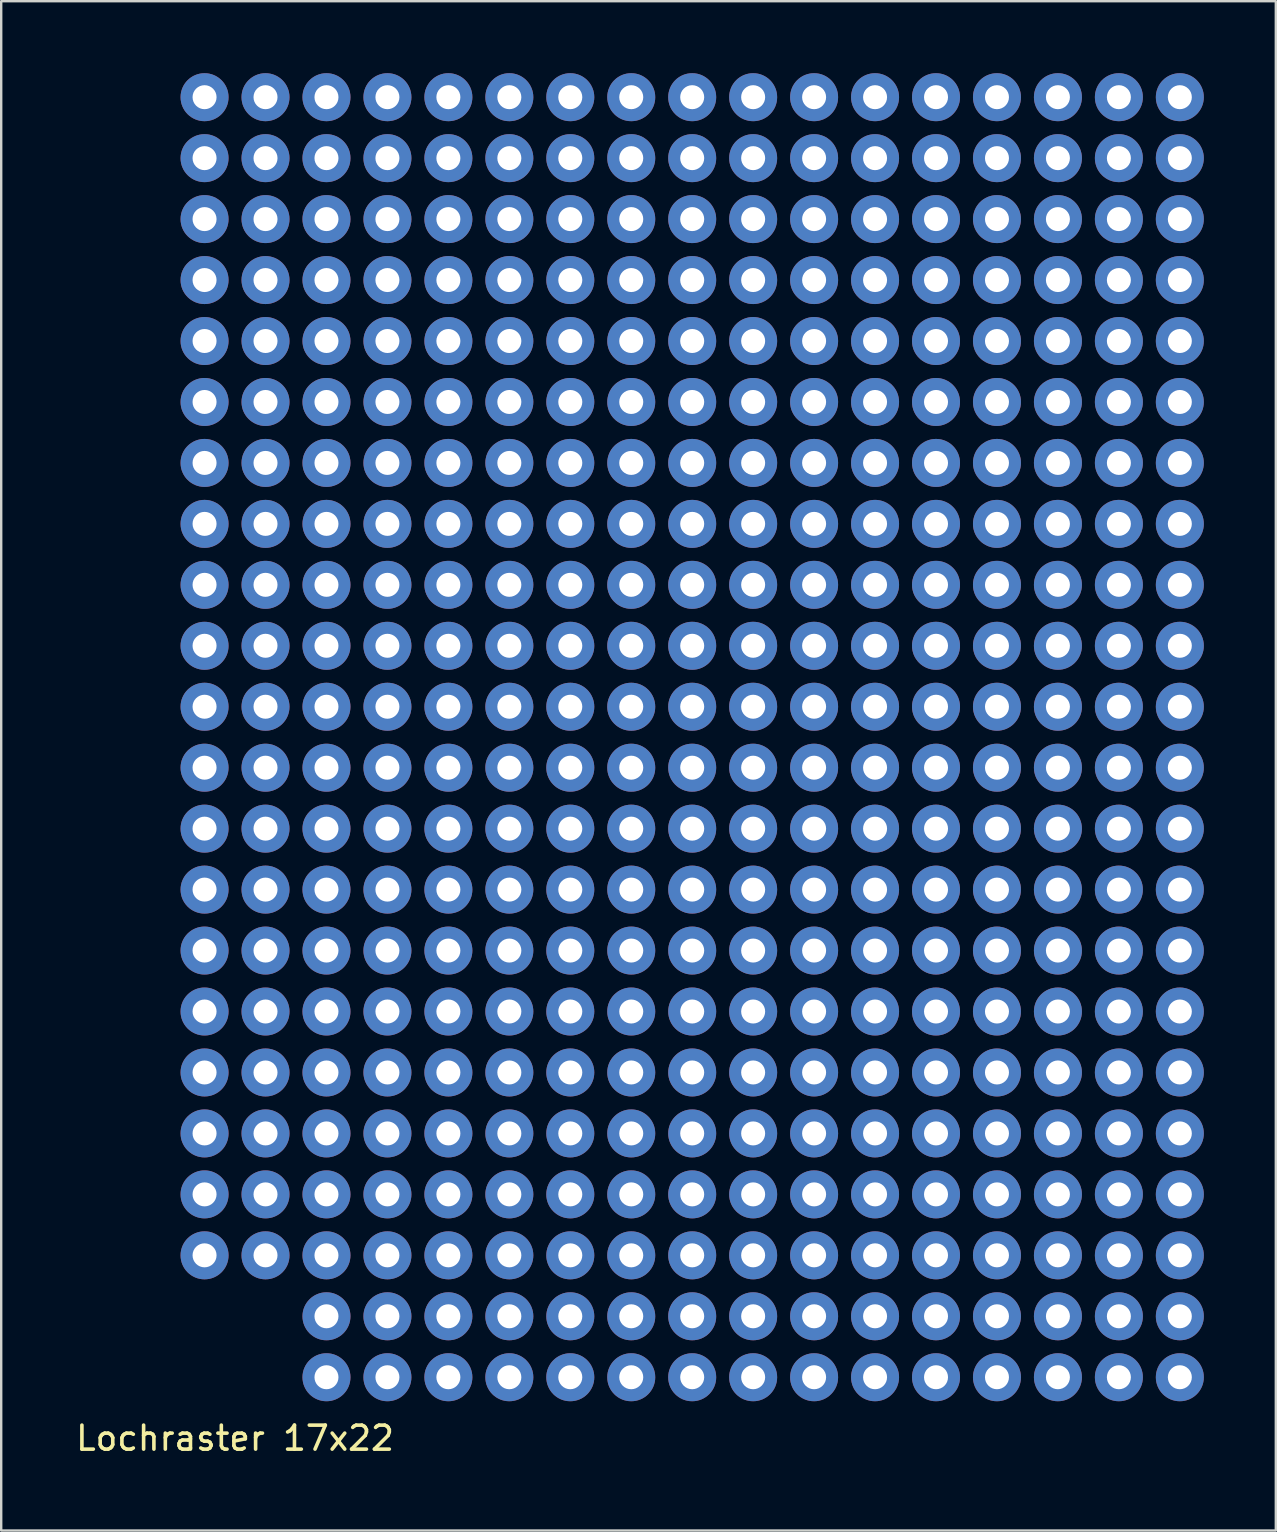
<source format=kicad_pcb>
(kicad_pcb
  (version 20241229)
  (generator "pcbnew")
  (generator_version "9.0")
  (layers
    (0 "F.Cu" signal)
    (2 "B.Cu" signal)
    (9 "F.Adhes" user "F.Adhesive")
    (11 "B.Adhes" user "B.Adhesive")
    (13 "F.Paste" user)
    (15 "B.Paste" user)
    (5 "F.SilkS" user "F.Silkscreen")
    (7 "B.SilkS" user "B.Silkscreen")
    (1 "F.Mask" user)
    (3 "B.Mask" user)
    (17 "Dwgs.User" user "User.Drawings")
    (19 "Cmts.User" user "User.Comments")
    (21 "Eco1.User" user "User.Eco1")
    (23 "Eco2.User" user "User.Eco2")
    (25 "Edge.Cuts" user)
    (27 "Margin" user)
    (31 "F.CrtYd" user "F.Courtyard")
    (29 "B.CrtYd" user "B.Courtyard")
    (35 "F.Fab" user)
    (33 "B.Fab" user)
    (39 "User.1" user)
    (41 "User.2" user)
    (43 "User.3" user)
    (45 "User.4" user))
  (footprint "Lochraster 17x22"
    (layer "F.Cu")
    (at 23.254 28.94)
    (property "Reference" "Lochraster 17x22" (at -16.51 27.94 0) (layer "F.SilkS") (effects (font (size 1 1) (thickness 0.15))))
    (attr through_hole)
    (pad "" thru_hole circle (at -17.78 -27.94) (size 2 2) (drill 1) (layers "*.Cu" "*.Mask"))
    (pad "" thru_hole circle (at -17.78 -25.4) (size 2 2) (drill 1) (layers "*.Cu" "*.Mask"))
    (pad "" thru_hole circle (at -17.78 -22.86) (size 2 2) (drill 1) (layers "*.Cu" "*.Mask"))
    (pad "" thru_hole circle (at -17.78 -20.32) (size 2 2) (drill 1) (layers "*.Cu" "*.Mask"))
    (pad "" thru_hole circle (at -17.78 -17.78) (size 2 2) (drill 1) (layers "*.Cu" "*.Mask"))
    (pad "" thru_hole circle (at -17.78 -15.24) (size 2 2) (drill 1) (layers "*.Cu" "*.Mask"))
    (pad "" thru_hole circle (at -17.78 -12.7) (size 2 2) (drill 1) (layers "*.Cu" "*.Mask"))
    (pad "" thru_hole circle (at -17.78 -10.16) (size 2 2) (drill 1) (layers "*.Cu" "*.Mask"))
    (pad "" thru_hole circle (at -17.78 -7.62) (size 2 2) (drill 1) (layers "*.Cu" "*.Mask"))
    (pad "" thru_hole circle (at -17.78 -5.08) (size 2 2) (drill 1) (layers "*.Cu" "*.Mask"))
    (pad "" thru_hole circle (at -17.78 -2.54) (size 2 2) (drill 1) (layers "*.Cu" "*.Mask"))
    (pad "" thru_hole circle (at -17.78 0) (size 2 2) (drill 1) (layers "*.Cu" "*.Mask"))
    (pad "" thru_hole circle (at -17.78 2.54) (size 2 2) (drill 1) (layers "*.Cu" "*.Mask"))
    (pad "" thru_hole circle (at -17.78 5.08) (size 2 2) (drill 1) (layers "*.Cu" "*.Mask"))
    (pad "" thru_hole circle (at -17.78 7.62) (size 2 2) (drill 1) (layers "*.Cu" "*.Mask"))
    (pad "" thru_hole circle (at -17.78 10.16) (size 2 2) (drill 1) (layers "*.Cu" "*.Mask"))
    (pad "" thru_hole circle (at -17.78 12.7) (size 2 2) (drill 1) (layers "*.Cu" "*.Mask"))
    (pad "" thru_hole circle (at -17.78 15.24) (size 2 2) (drill 1) (layers "*.Cu" "*.Mask"))
    (pad "" thru_hole circle (at -17.78 17.78) (size 2 2) (drill 1) (layers "*.Cu" "*.Mask"))
    (pad "" thru_hole circle (at -17.78 20.32) (size 2 2) (drill 1) (layers "*.Cu" "*.Mask"))
    (pad "" thru_hole circle (at -15.24 -27.94) (size 2 2) (drill 1) (layers "*.Cu" "*.Mask"))
    (pad "" thru_hole circle (at -15.24 -25.4) (size 2 2) (drill 1) (layers "*.Cu" "*.Mask"))
    (pad "" thru_hole circle (at -15.24 -22.86) (size 2 2) (drill 1) (layers "*.Cu" "*.Mask"))
    (pad "" thru_hole circle (at -15.24 -20.32) (size 2 2) (drill 1) (layers "*.Cu" "*.Mask"))
    (pad "" thru_hole circle (at -15.24 -17.78) (size 2 2) (drill 1) (layers "*.Cu" "*.Mask"))
    (pad "" thru_hole circle (at -15.24 -15.24) (size 2 2) (drill 1) (layers "*.Cu" "*.Mask"))
    (pad "" thru_hole circle (at -15.24 -12.7) (size 2 2) (drill 1) (layers "*.Cu" "*.Mask"))
    (pad "" thru_hole circle (at -15.24 -10.16) (size 2 2) (drill 1) (layers "*.Cu" "*.Mask"))
    (pad "" thru_hole circle (at -15.24 -7.62) (size 2 2) (drill 1) (layers "*.Cu" "*.Mask"))
    (pad "" thru_hole circle (at -15.24 -5.08) (size 2 2) (drill 1) (layers "*.Cu" "*.Mask"))
    (pad "" thru_hole circle (at -15.24 -2.54) (size 2 2) (drill 1) (layers "*.Cu" "*.Mask"))
    (pad "" thru_hole circle (at -15.24 0) (size 2 2) (drill 1) (layers "*.Cu" "*.Mask"))
    (pad "" thru_hole circle (at -15.24 2.54) (size 2 2) (drill 1) (layers "*.Cu" "*.Mask"))
    (pad "" thru_hole circle (at -15.24 5.08) (size 2 2) (drill 1) (layers "*.Cu" "*.Mask"))
    (pad "" thru_hole circle (at -15.24 7.62) (size 2 2) (drill 1) (layers "*.Cu" "*.Mask"))
    (pad "" thru_hole circle (at -15.24 10.16) (size 2 2) (drill 1) (layers "*.Cu" "*.Mask"))
    (pad "" thru_hole circle (at -15.24 12.7) (size 2 2) (drill 1) (layers "*.Cu" "*.Mask"))
    (pad "" thru_hole circle (at -15.24 15.24) (size 2 2) (drill 1) (layers "*.Cu" "*.Mask"))
    (pad "" thru_hole circle (at -15.24 17.78) (size 2 2) (drill 1) (layers "*.Cu" "*.Mask"))
    (pad "" thru_hole circle (at -15.24 20.32) (size 2 2) (drill 1) (layers "*.Cu" "*.Mask"))
    (pad "" thru_hole circle (at -12.7 -27.94) (size 2 2) (drill 1) (layers "*.Cu" "*.Mask"))
    (pad "" thru_hole circle (at -12.7 -25.4) (size 2 2) (drill 1) (layers "*.Cu" "*.Mask"))
    (pad "" thru_hole circle (at -12.7 -22.86) (size 2 2) (drill 1) (layers "*.Cu" "*.Mask"))
    (pad "" thru_hole circle (at -12.7 -20.32) (size 2 2) (drill 1) (layers "*.Cu" "*.Mask"))
    (pad "" thru_hole circle (at -12.7 -17.78) (size 2 2) (drill 1) (layers "*.Cu" "*.Mask"))
    (pad "" thru_hole circle (at -12.7 -15.24) (size 2 2) (drill 1) (layers "*.Cu" "*.Mask"))
    (pad "" thru_hole circle (at -12.7 -12.7) (size 2 2) (drill 1) (layers "*.Cu" "*.Mask"))
    (pad "" thru_hole circle (at -12.7 -10.16) (size 2 2) (drill 1) (layers "*.Cu" "*.Mask"))
    (pad "" thru_hole circle (at -12.7 -7.62) (size 2 2) (drill 1) (layers "*.Cu" "*.Mask"))
    (pad "" thru_hole circle (at -12.7 -5.08) (size 2 2) (drill 1) (layers "*.Cu" "*.Mask"))
    (pad "" thru_hole circle (at -12.7 -2.54) (size 2 2) (drill 1) (layers "*.Cu" "*.Mask"))
    (pad "" thru_hole circle (at -12.7 0) (size 2 2) (drill 1) (layers "*.Cu" "*.Mask"))
    (pad "" thru_hole circle (at -12.7 2.54) (size 2 2) (drill 1) (layers "*.Cu" "*.Mask"))
    (pad "" thru_hole circle (at -12.7 5.08) (size 2 2) (drill 1) (layers "*.Cu" "*.Mask"))
    (pad "" thru_hole circle (at -12.7 7.62) (size 2 2) (drill 1) (layers "*.Cu" "*.Mask"))
    (pad "" thru_hole circle (at -12.7 10.16) (size 2 2) (drill 1) (layers "*.Cu" "*.Mask"))
    (pad "" thru_hole circle (at -12.7 12.7) (size 2 2) (drill 1) (layers "*.Cu" "*.Mask"))
    (pad "" thru_hole circle (at -12.7 15.24) (size 2 2) (drill 1) (layers "*.Cu" "*.Mask"))
    (pad "" thru_hole circle (at -12.7 17.78) (size 2 2) (drill 1) (layers "*.Cu" "*.Mask"))
    (pad "" thru_hole circle (at -12.7 20.32) (size 2 2) (drill 1) (layers "*.Cu" "*.Mask"))
    (pad "" thru_hole circle (at -12.7 22.86) (size 2 2) (drill 1) (layers "*.Cu" "*.Mask"))
    (pad "" thru_hole circle (at -12.7 25.4) (size 2 2) (drill 1) (layers "*.Cu" "*.Mask"))
    (pad "" thru_hole circle (at -10.16 -27.94) (size 2 2) (drill 1) (layers "*.Cu" "*.Mask"))
    (pad "" thru_hole circle (at -10.16 -25.4) (size 2 2) (drill 1) (layers "*.Cu" "*.Mask"))
    (pad "" thru_hole circle (at -10.16 -22.86) (size 2 2) (drill 1) (layers "*.Cu" "*.Mask"))
    (pad "" thru_hole circle (at -10.16 -20.32) (size 2 2) (drill 1) (layers "*.Cu" "*.Mask"))
    (pad "" thru_hole circle (at -10.16 -17.78) (size 2 2) (drill 1) (layers "*.Cu" "*.Mask"))
    (pad "" thru_hole circle (at -10.16 -15.24) (size 2 2) (drill 1) (layers "*.Cu" "*.Mask"))
    (pad "" thru_hole circle (at -10.16 -12.7) (size 2 2) (drill 1) (layers "*.Cu" "*.Mask"))
    (pad "" thru_hole circle (at -10.16 -10.16) (size 2 2) (drill 1) (layers "*.Cu" "*.Mask"))
    (pad "" thru_hole circle (at -10.16 -7.62) (size 2 2) (drill 1) (layers "*.Cu" "*.Mask"))
    (pad "" thru_hole circle (at -10.16 -5.08) (size 2 2) (drill 1) (layers "*.Cu" "*.Mask"))
    (pad "" thru_hole circle (at -10.16 -2.54) (size 2 2) (drill 1) (layers "*.Cu" "*.Mask"))
    (pad "" thru_hole circle (at -10.16 0) (size 2 2) (drill 1) (layers "*.Cu" "*.Mask"))
    (pad "" thru_hole circle (at -10.16 2.54) (size 2 2) (drill 1) (layers "*.Cu" "*.Mask"))
    (pad "" thru_hole circle (at -10.16 5.08) (size 2 2) (drill 1) (layers "*.Cu" "*.Mask"))
    (pad "" thru_hole circle (at -10.16 7.62) (size 2 2) (drill 1) (layers "*.Cu" "*.Mask"))
    (pad "" thru_hole circle (at -10.16 10.16) (size 2 2) (drill 1) (layers "*.Cu" "*.Mask"))
    (pad "" thru_hole circle (at -10.16 12.7) (size 2 2) (drill 1) (layers "*.Cu" "*.Mask"))
    (pad "" thru_hole circle (at -10.16 15.24) (size 2 2) (drill 1) (layers "*.Cu" "*.Mask"))
    (pad "" thru_hole circle (at -10.16 17.78) (size 2 2) (drill 1) (layers "*.Cu" "*.Mask"))
    (pad "" thru_hole circle (at -10.16 20.32) (size 2 2) (drill 1) (layers "*.Cu" "*.Mask"))
    (pad "" thru_hole circle (at -10.16 22.86) (size 2 2) (drill 1) (layers "*.Cu" "*.Mask"))
    (pad "" thru_hole circle (at -10.16 25.4) (size 2 2) (drill 1) (layers "*.Cu" "*.Mask"))
    (pad "" thru_hole circle (at -7.62 -27.94) (size 2 2) (drill 1) (layers "*.Cu" "*.Mask"))
    (pad "" thru_hole circle (at -7.62 -25.4) (size 2 2) (drill 1) (layers "*.Cu" "*.Mask"))
    (pad "" thru_hole circle (at -7.62 -22.86) (size 2 2) (drill 1) (layers "*.Cu" "*.Mask"))
    (pad "" thru_hole circle (at -7.62 -20.32) (size 2 2) (drill 1) (layers "*.Cu" "*.Mask"))
    (pad "" thru_hole circle (at -7.62 -17.78) (size 2 2) (drill 1) (layers "*.Cu" "*.Mask"))
    (pad "" thru_hole circle (at -7.62 -15.24) (size 2 2) (drill 1) (layers "*.Cu" "*.Mask"))
    (pad "" thru_hole circle (at -7.62 -12.7) (size 2 2) (drill 1) (layers "*.Cu" "*.Mask"))
    (pad "" thru_hole circle (at -7.62 -10.16) (size 2 2) (drill 1) (layers "*.Cu" "*.Mask"))
    (pad "" thru_hole circle (at -7.62 -7.62) (size 2 2) (drill 1) (layers "*.Cu" "*.Mask"))
    (pad "" thru_hole circle (at -7.62 -5.08) (size 2 2) (drill 1) (layers "*.Cu" "*.Mask"))
    (pad "" thru_hole circle (at -7.62 -2.54) (size 2 2) (drill 1) (layers "*.Cu" "*.Mask"))
    (pad "" thru_hole circle (at -7.62 0) (size 2 2) (drill 1) (layers "*.Cu" "*.Mask"))
    (pad "" thru_hole circle (at -7.62 2.54) (size 2 2) (drill 1) (layers "*.Cu" "*.Mask"))
    (pad "" thru_hole circle (at -7.62 5.08) (size 2 2) (drill 1) (layers "*.Cu" "*.Mask"))
    (pad "" thru_hole circle (at -7.62 7.62) (size 2 2) (drill 1) (layers "*.Cu" "*.Mask"))
    (pad "" thru_hole circle (at -7.62 10.16) (size 2 2) (drill 1) (layers "*.Cu" "*.Mask"))
    (pad "" thru_hole circle (at -7.62 12.7) (size 2 2) (drill 1) (layers "*.Cu" "*.Mask"))
    (pad "" thru_hole circle (at -7.62 15.24) (size 2 2) (drill 1) (layers "*.Cu" "*.Mask"))
    (pad "" thru_hole circle (at -7.62 17.78) (size 2 2) (drill 1) (layers "*.Cu" "*.Mask"))
    (pad "" thru_hole circle (at -7.62 20.32) (size 2 2) (drill 1) (layers "*.Cu" "*.Mask"))
    (pad "" thru_hole circle (at -7.62 22.86) (size 2 2) (drill 1) (layers "*.Cu" "*.Mask"))
    (pad "" thru_hole circle (at -7.62 25.4) (size 2 2) (drill 1) (layers "*.Cu" "*.Mask"))
    (pad "" thru_hole circle (at -5.08 -27.94) (size 2 2) (drill 1) (layers "*.Cu" "*.Mask"))
    (pad "" thru_hole circle (at -5.08 -25.4) (size 2 2) (drill 1) (layers "*.Cu" "*.Mask"))
    (pad "" thru_hole circle (at -5.08 -22.86) (size 2 2) (drill 1) (layers "*.Cu" "*.Mask"))
    (pad "" thru_hole circle (at -5.08 -20.32) (size 2 2) (drill 1) (layers "*.Cu" "*.Mask"))
    (pad "" thru_hole circle (at -5.08 -17.78) (size 2 2) (drill 1) (layers "*.Cu" "*.Mask"))
    (pad "" thru_hole circle (at -5.08 -15.24) (size 2 2) (drill 1) (layers "*.Cu" "*.Mask"))
    (pad "" thru_hole circle (at -5.08 -12.7) (size 2 2) (drill 1) (layers "*.Cu" "*.Mask"))
    (pad "" thru_hole circle (at -5.08 -10.16) (size 2 2) (drill 1) (layers "*.Cu" "*.Mask"))
    (pad "" thru_hole circle (at -5.08 -7.62) (size 2 2) (drill 1) (layers "*.Cu" "*.Mask"))
    (pad "" thru_hole circle (at -5.08 -5.08) (size 2 2) (drill 1) (layers "*.Cu" "*.Mask"))
    (pad "" thru_hole circle (at -5.08 -2.54) (size 2 2) (drill 1) (layers "*.Cu" "*.Mask"))
    (pad "" thru_hole circle (at -5.08 0) (size 2 2) (drill 1) (layers "*.Cu" "*.Mask"))
    (pad "" thru_hole circle (at -5.08 2.54) (size 2 2) (drill 1) (layers "*.Cu" "*.Mask"))
    (pad "" thru_hole circle (at -5.08 5.08) (size 2 2) (drill 1) (layers "*.Cu" "*.Mask"))
    (pad "" thru_hole circle (at -5.08 7.62) (size 2 2) (drill 1) (layers "*.Cu" "*.Mask"))
    (pad "" thru_hole circle (at -5.08 10.16) (size 2 2) (drill 1) (layers "*.Cu" "*.Mask"))
    (pad "" thru_hole circle (at -5.08 12.7) (size 2 2) (drill 1) (layers "*.Cu" "*.Mask"))
    (pad "" thru_hole circle (at -5.08 15.24) (size 2 2) (drill 1) (layers "*.Cu" "*.Mask"))
    (pad "" thru_hole circle (at -5.08 17.78) (size 2 2) (drill 1) (layers "*.Cu" "*.Mask"))
    (pad "" thru_hole circle (at -5.08 20.32) (size 2 2) (drill 1) (layers "*.Cu" "*.Mask"))
    (pad "" thru_hole circle (at -5.08 22.86) (size 2 2) (drill 1) (layers "*.Cu" "*.Mask"))
    (pad "" thru_hole circle (at -5.08 25.4) (size 2 2) (drill 1) (layers "*.Cu" "*.Mask"))
    (pad "" thru_hole circle (at -2.54 -27.94) (size 2 2) (drill 1) (layers "*.Cu" "*.Mask"))
    (pad "" thru_hole circle (at -2.54 -25.4) (size 2 2) (drill 1) (layers "*.Cu" "*.Mask"))
    (pad "" thru_hole circle (at -2.54 -22.86) (size 2 2) (drill 1) (layers "*.Cu" "*.Mask"))
    (pad "" thru_hole circle (at -2.54 -20.32) (size 2 2) (drill 1) (layers "*.Cu" "*.Mask"))
    (pad "" thru_hole circle (at -2.54 -17.78) (size 2 2) (drill 1) (layers "*.Cu" "*.Mask"))
    (pad "" thru_hole circle (at -2.54 -15.24) (size 2 2) (drill 1) (layers "*.Cu" "*.Mask"))
    (pad "" thru_hole circle (at -2.54 -12.7) (size 2 2) (drill 1) (layers "*.Cu" "*.Mask"))
    (pad "" thru_hole circle (at -2.54 -10.16) (size 2 2) (drill 1) (layers "*.Cu" "*.Mask"))
    (pad "" thru_hole circle (at -2.54 -7.62) (size 2 2) (drill 1) (layers "*.Cu" "*.Mask"))
    (pad "" thru_hole circle (at -2.54 -5.08) (size 2 2) (drill 1) (layers "*.Cu" "*.Mask"))
    (pad "" thru_hole circle (at -2.54 -2.54) (size 2 2) (drill 1) (layers "*.Cu" "*.Mask"))
    (pad "" thru_hole circle (at -2.54 0) (size 2 2) (drill 1) (layers "*.Cu" "*.Mask"))
    (pad "" thru_hole circle (at -2.54 2.54) (size 2 2) (drill 1) (layers "*.Cu" "*.Mask"))
    (pad "" thru_hole circle (at -2.54 5.08) (size 2 2) (drill 1) (layers "*.Cu" "*.Mask"))
    (pad "" thru_hole circle (at -2.54 7.62) (size 2 2) (drill 1) (layers "*.Cu" "*.Mask"))
    (pad "" thru_hole circle (at -2.54 10.16) (size 2 2) (drill 1) (layers "*.Cu" "*.Mask"))
    (pad "" thru_hole circle (at -2.54 12.7) (size 2 2) (drill 1) (layers "*.Cu" "*.Mask"))
    (pad "" thru_hole circle (at -2.54 15.24) (size 2 2) (drill 1) (layers "*.Cu" "*.Mask"))
    (pad "" thru_hole circle (at -2.54 17.78) (size 2 2) (drill 1) (layers "*.Cu" "*.Mask"))
    (pad "" thru_hole circle (at -2.54 20.32) (size 2 2) (drill 1) (layers "*.Cu" "*.Mask"))
    (pad "" thru_hole circle (at -2.54 22.86) (size 2 2) (drill 1) (layers "*.Cu" "*.Mask"))
    (pad "" thru_hole circle (at -2.54 25.4) (size 2 2) (drill 1) (layers "*.Cu" "*.Mask"))
    (pad "" thru_hole circle (at 0 -27.94) (size 2 2) (drill 1) (layers "*.Cu" "*.Mask"))
    (pad "" thru_hole circle (at 0 -25.4) (size 2 2) (drill 1) (layers "*.Cu" "*.Mask"))
    (pad "" thru_hole circle (at 0 -22.86) (size 2 2) (drill 1) (layers "*.Cu" "*.Mask"))
    (pad "" thru_hole circle (at 0 -20.32) (size 2 2) (drill 1) (layers "*.Cu" "*.Mask"))
    (pad "" thru_hole circle (at 0 -17.78) (size 2 2) (drill 1) (layers "*.Cu" "*.Mask"))
    (pad "" thru_hole circle (at 0 -15.24) (size 2 2) (drill 1) (layers "*.Cu" "*.Mask"))
    (pad "" thru_hole circle (at 0 -12.7) (size 2 2) (drill 1) (layers "*.Cu" "*.Mask"))
    (pad "" thru_hole circle (at 0 -10.16) (size 2 2) (drill 1) (layers "*.Cu" "*.Mask"))
    (pad "" thru_hole circle (at 0 -7.62) (size 2 2) (drill 1) (layers "*.Cu" "*.Mask"))
    (pad "" thru_hole circle (at 0 -5.08) (size 2 2) (drill 1) (layers "*.Cu" "*.Mask"))
    (pad "" thru_hole circle (at 0 -2.54) (size 2 2) (drill 1) (layers "*.Cu" "*.Mask"))
    (pad "" thru_hole circle (at 0 0) (size 2 2) (drill 1) (layers "*.Cu" "*.Mask"))
    (pad "" thru_hole circle (at 0 2.54) (size 2 2) (drill 1) (layers "*.Cu" "*.Mask"))
    (pad "" thru_hole circle (at 0 5.08) (size 2 2) (drill 1) (layers "*.Cu" "*.Mask"))
    (pad "" thru_hole circle (at 0 7.62) (size 2 2) (drill 1) (layers "*.Cu" "*.Mask"))
    (pad "" thru_hole circle (at 0 10.16) (size 2 2) (drill 1) (layers "*.Cu" "*.Mask"))
    (pad "" thru_hole circle (at 0 12.7) (size 2 2) (drill 1) (layers "*.Cu" "*.Mask"))
    (pad "" thru_hole circle (at 0 15.24) (size 2 2) (drill 1) (layers "*.Cu" "*.Mask"))
    (pad "" thru_hole circle (at 0 17.78) (size 2 2) (drill 1) (layers "*.Cu" "*.Mask"))
    (pad "" thru_hole circle (at 0 20.32) (size 2 2) (drill 1) (layers "*.Cu" "*.Mask"))
    (pad "" thru_hole circle (at 0 22.86) (size 2 2) (drill 1) (layers "*.Cu" "*.Mask"))
    (pad "" thru_hole circle (at 0 25.4) (size 2 2) (drill 1) (layers "*.Cu" "*.Mask"))
    (pad "" thru_hole circle (at 2.54 -27.94) (size 2 2) (drill 1) (layers "*.Cu" "*.Mask"))
    (pad "" thru_hole circle (at 2.54 -25.4) (size 2 2) (drill 1) (layers "*.Cu" "*.Mask"))
    (pad "" thru_hole circle (at 2.54 -22.86) (size 2 2) (drill 1) (layers "*.Cu" "*.Mask"))
    (pad "" thru_hole circle (at 2.54 -20.32) (size 2 2) (drill 1) (layers "*.Cu" "*.Mask"))
    (pad "" thru_hole circle (at 2.54 -17.78) (size 2 2) (drill 1) (layers "*.Cu" "*.Mask"))
    (pad "" thru_hole circle (at 2.54 -15.24) (size 2 2) (drill 1) (layers "*.Cu" "*.Mask"))
    (pad "" thru_hole circle (at 2.54 -12.7) (size 2 2) (drill 1) (layers "*.Cu" "*.Mask"))
    (pad "" thru_hole circle (at 2.54 -10.16) (size 2 2) (drill 1) (layers "*.Cu" "*.Mask"))
    (pad "" thru_hole circle (at 2.54 -7.62) (size 2 2) (drill 1) (layers "*.Cu" "*.Mask"))
    (pad "" thru_hole circle (at 2.54 -5.08) (size 2 2) (drill 1) (layers "*.Cu" "*.Mask"))
    (pad "" thru_hole circle (at 2.54 -2.54) (size 2 2) (drill 1) (layers "*.Cu" "*.Mask"))
    (pad "" thru_hole circle (at 2.54 0) (size 2 2) (drill 1) (layers "*.Cu" "*.Mask"))
    (pad "" thru_hole circle (at 2.54 2.54) (size 2 2) (drill 1) (layers "*.Cu" "*.Mask"))
    (pad "" thru_hole circle (at 2.54 5.08) (size 2 2) (drill 1) (layers "*.Cu" "*.Mask"))
    (pad "" thru_hole circle (at 2.54 7.62) (size 2 2) (drill 1) (layers "*.Cu" "*.Mask"))
    (pad "" thru_hole circle (at 2.54 10.16) (size 2 2) (drill 1) (layers "*.Cu" "*.Mask"))
    (pad "" thru_hole circle (at 2.54 12.7) (size 2 2) (drill 1) (layers "*.Cu" "*.Mask"))
    (pad "" thru_hole circle (at 2.54 15.24) (size 2 2) (drill 1) (layers "*.Cu" "*.Mask"))
    (pad "" thru_hole circle (at 2.54 17.78) (size 2 2) (drill 1) (layers "*.Cu" "*.Mask"))
    (pad "" thru_hole circle (at 2.54 20.32) (size 2 2) (drill 1) (layers "*.Cu" "*.Mask"))
    (pad "" thru_hole circle (at 2.54 22.86) (size 2 2) (drill 1) (layers "*.Cu" "*.Mask"))
    (pad "" thru_hole circle (at 2.54 25.4) (size 2 2) (drill 1) (layers "*.Cu" "*.Mask"))
    (pad "" thru_hole circle (at 5.08 -27.94) (size 2 2) (drill 1) (layers "*.Cu" "*.Mask"))
    (pad "" thru_hole circle (at 5.08 -25.4) (size 2 2) (drill 1) (layers "*.Cu" "*.Mask"))
    (pad "" thru_hole circle (at 5.08 -22.86) (size 2 2) (drill 1) (layers "*.Cu" "*.Mask"))
    (pad "" thru_hole circle (at 5.08 -20.32) (size 2 2) (drill 1) (layers "*.Cu" "*.Mask"))
    (pad "" thru_hole circle (at 5.08 -17.78) (size 2 2) (drill 1) (layers "*.Cu" "*.Mask"))
    (pad "" thru_hole circle (at 5.08 -15.24) (size 2 2) (drill 1) (layers "*.Cu" "*.Mask"))
    (pad "" thru_hole circle (at 5.08 -12.7) (size 2 2) (drill 1) (layers "*.Cu" "*.Mask"))
    (pad "" thru_hole circle (at 5.08 -10.16) (size 2 2) (drill 1) (layers "*.Cu" "*.Mask"))
    (pad "" thru_hole circle (at 5.08 -7.62) (size 2 2) (drill 1) (layers "*.Cu" "*.Mask"))
    (pad "" thru_hole circle (at 5.08 -5.08) (size 2 2) (drill 1) (layers "*.Cu" "*.Mask"))
    (pad "" thru_hole circle (at 5.08 -2.54) (size 2 2) (drill 1) (layers "*.Cu" "*.Mask"))
    (pad "" thru_hole circle (at 5.08 0) (size 2 2) (drill 1) (layers "*.Cu" "*.Mask"))
    (pad "" thru_hole circle (at 5.08 2.54) (size 2 2) (drill 1) (layers "*.Cu" "*.Mask"))
    (pad "" thru_hole circle (at 5.08 5.08) (size 2 2) (drill 1) (layers "*.Cu" "*.Mask"))
    (pad "" thru_hole circle (at 5.08 7.62) (size 2 2) (drill 1) (layers "*.Cu" "*.Mask"))
    (pad "" thru_hole circle (at 5.08 10.16) (size 2 2) (drill 1) (layers "*.Cu" "*.Mask"))
    (pad "" thru_hole circle (at 5.08 12.7) (size 2 2) (drill 1) (layers "*.Cu" "*.Mask"))
    (pad "" thru_hole circle (at 5.08 15.24) (size 2 2) (drill 1) (layers "*.Cu" "*.Mask"))
    (pad "" thru_hole circle (at 5.08 17.78) (size 2 2) (drill 1) (layers "*.Cu" "*.Mask"))
    (pad "" thru_hole circle (at 5.08 20.32) (size 2 2) (drill 1) (layers "*.Cu" "*.Mask"))
    (pad "" thru_hole circle (at 5.08 22.86) (size 2 2) (drill 1) (layers "*.Cu" "*.Mask"))
    (pad "" thru_hole circle (at 5.08 25.4) (size 2 2) (drill 1) (layers "*.Cu" "*.Mask"))
    (pad "" thru_hole circle (at 7.62 -27.94) (size 2 2) (drill 1) (layers "*.Cu" "*.Mask"))
    (pad "" thru_hole circle (at 7.62 -25.4) (size 2 2) (drill 1) (layers "*.Cu" "*.Mask"))
    (pad "" thru_hole circle (at 7.62 -22.86) (size 2 2) (drill 1) (layers "*.Cu" "*.Mask"))
    (pad "" thru_hole circle (at 7.62 -20.32) (size 2 2) (drill 1) (layers "*.Cu" "*.Mask"))
    (pad "" thru_hole circle (at 7.62 -17.78) (size 2 2) (drill 1) (layers "*.Cu" "*.Mask"))
    (pad "" thru_hole circle (at 7.62 -15.24) (size 2 2) (drill 1) (layers "*.Cu" "*.Mask"))
    (pad "" thru_hole circle (at 7.62 -12.7) (size 2 2) (drill 1) (layers "*.Cu" "*.Mask"))
    (pad "" thru_hole circle (at 7.62 -10.16) (size 2 2) (drill 1) (layers "*.Cu" "*.Mask"))
    (pad "" thru_hole circle (at 7.62 -7.62) (size 2 2) (drill 1) (layers "*.Cu" "*.Mask"))
    (pad "" thru_hole circle (at 7.62 -5.08) (size 2 2) (drill 1) (layers "*.Cu" "*.Mask"))
    (pad "" thru_hole circle (at 7.62 -2.54) (size 2 2) (drill 1) (layers "*.Cu" "*.Mask"))
    (pad "" thru_hole circle (at 7.62 0) (size 2 2) (drill 1) (layers "*.Cu" "*.Mask"))
    (pad "" thru_hole circle (at 7.62 2.54) (size 2 2) (drill 1) (layers "*.Cu" "*.Mask"))
    (pad "" thru_hole circle (at 7.62 5.08) (size 2 2) (drill 1) (layers "*.Cu" "*.Mask"))
    (pad "" thru_hole circle (at 7.62 7.62) (size 2 2) (drill 1) (layers "*.Cu" "*.Mask"))
    (pad "" thru_hole circle (at 7.62 10.16) (size 2 2) (drill 1) (layers "*.Cu" "*.Mask"))
    (pad "" thru_hole circle (at 7.62 12.7) (size 2 2) (drill 1) (layers "*.Cu" "*.Mask"))
    (pad "" thru_hole circle (at 7.62 15.24) (size 2 2) (drill 1) (layers "*.Cu" "*.Mask"))
    (pad "" thru_hole circle (at 7.62 17.78) (size 2 2) (drill 1) (layers "*.Cu" "*.Mask"))
    (pad "" thru_hole circle (at 7.62 20.32) (size 2 2) (drill 1) (layers "*.Cu" "*.Mask"))
    (pad "" thru_hole circle (at 7.62 22.86) (size 2 2) (drill 1) (layers "*.Cu" "*.Mask"))
    (pad "" thru_hole circle (at 7.62 25.4) (size 2 2) (drill 1) (layers "*.Cu" "*.Mask"))
    (pad "" thru_hole circle (at 10.16 -27.94) (size 2 2) (drill 1) (layers "*.Cu" "*.Mask"))
    (pad "" thru_hole circle (at 10.16 -25.4) (size 2 2) (drill 1) (layers "*.Cu" "*.Mask"))
    (pad "" thru_hole circle (at 10.16 -22.86) (size 2 2) (drill 1) (layers "*.Cu" "*.Mask"))
    (pad "" thru_hole circle (at 10.16 -20.32) (size 2 2) (drill 1) (layers "*.Cu" "*.Mask"))
    (pad "" thru_hole circle (at 10.16 -17.78) (size 2 2) (drill 1) (layers "*.Cu" "*.Mask"))
    (pad "" thru_hole circle (at 10.16 -15.24) (size 2 2) (drill 1) (layers "*.Cu" "*.Mask"))
    (pad "" thru_hole circle (at 10.16 -12.7) (size 2 2) (drill 1) (layers "*.Cu" "*.Mask"))
    (pad "" thru_hole circle (at 10.16 -10.16) (size 2 2) (drill 1) (layers "*.Cu" "*.Mask"))
    (pad "" thru_hole circle (at 10.16 -7.62) (size 2 2) (drill 1) (layers "*.Cu" "*.Mask"))
    (pad "" thru_hole circle (at 10.16 -5.08) (size 2 2) (drill 1) (layers "*.Cu" "*.Mask"))
    (pad "" thru_hole circle (at 10.16 -2.54) (size 2 2) (drill 1) (layers "*.Cu" "*.Mask"))
    (pad "" thru_hole circle (at 10.16 0) (size 2 2) (drill 1) (layers "*.Cu" "*.Mask"))
    (pad "" thru_hole circle (at 10.16 2.54) (size 2 2) (drill 1) (layers "*.Cu" "*.Mask"))
    (pad "" thru_hole circle (at 10.16 5.08) (size 2 2) (drill 1) (layers "*.Cu" "*.Mask"))
    (pad "" thru_hole circle (at 10.16 7.62) (size 2 2) (drill 1) (layers "*.Cu" "*.Mask"))
    (pad "" thru_hole circle (at 10.16 10.16) (size 2 2) (drill 1) (layers "*.Cu" "*.Mask"))
    (pad "" thru_hole circle (at 10.16 12.7) (size 2 2) (drill 1) (layers "*.Cu" "*.Mask"))
    (pad "" thru_hole circle (at 10.16 15.24) (size 2 2) (drill 1) (layers "*.Cu" "*.Mask"))
    (pad "" thru_hole circle (at 10.16 17.78) (size 2 2) (drill 1) (layers "*.Cu" "*.Mask"))
    (pad "" thru_hole circle (at 10.16 20.32) (size 2 2) (drill 1) (layers "*.Cu" "*.Mask"))
    (pad "" thru_hole circle (at 10.16 22.86) (size 2 2) (drill 1) (layers "*.Cu" "*.Mask"))
    (pad "" thru_hole circle (at 10.16 25.4) (size 2 2) (drill 1) (layers "*.Cu" "*.Mask"))
    (pad "" thru_hole circle (at 12.7 -27.94) (size 2 2) (drill 1) (layers "*.Cu" "*.Mask"))
    (pad "" thru_hole circle (at 12.7 -25.4) (size 2 2) (drill 1) (layers "*.Cu" "*.Mask"))
    (pad "" thru_hole circle (at 12.7 -22.86) (size 2 2) (drill 1) (layers "*.Cu" "*.Mask"))
    (pad "" thru_hole circle (at 12.7 -20.32) (size 2 2) (drill 1) (layers "*.Cu" "*.Mask"))
    (pad "" thru_hole circle (at 12.7 -17.78) (size 2 2) (drill 1) (layers "*.Cu" "*.Mask"))
    (pad "" thru_hole circle (at 12.7 -15.24) (size 2 2) (drill 1) (layers "*.Cu" "*.Mask"))
    (pad "" thru_hole circle (at 12.7 -12.7) (size 2 2) (drill 1) (layers "*.Cu" "*.Mask"))
    (pad "" thru_hole circle (at 12.7 -10.16) (size 2 2) (drill 1) (layers "*.Cu" "*.Mask"))
    (pad "" thru_hole circle (at 12.7 -7.62) (size 2 2) (drill 1) (layers "*.Cu" "*.Mask"))
    (pad "" thru_hole circle (at 12.7 -5.08) (size 2 2) (drill 1) (layers "*.Cu" "*.Mask"))
    (pad "" thru_hole circle (at 12.7 -2.54) (size 2 2) (drill 1) (layers "*.Cu" "*.Mask"))
    (pad "" thru_hole circle (at 12.7 0) (size 2 2) (drill 1) (layers "*.Cu" "*.Mask"))
    (pad "" thru_hole circle (at 12.7 2.54) (size 2 2) (drill 1) (layers "*.Cu" "*.Mask"))
    (pad "" thru_hole circle (at 12.7 5.08) (size 2 2) (drill 1) (layers "*.Cu" "*.Mask"))
    (pad "" thru_hole circle (at 12.7 7.62) (size 2 2) (drill 1) (layers "*.Cu" "*.Mask"))
    (pad "" thru_hole circle (at 12.7 10.16) (size 2 2) (drill 1) (layers "*.Cu" "*.Mask"))
    (pad "" thru_hole circle (at 12.7 12.7) (size 2 2) (drill 1) (layers "*.Cu" "*.Mask"))
    (pad "" thru_hole circle (at 12.7 15.24) (size 2 2) (drill 1) (layers "*.Cu" "*.Mask"))
    (pad "" thru_hole circle (at 12.7 17.78) (size 2 2) (drill 1) (layers "*.Cu" "*.Mask"))
    (pad "" thru_hole circle (at 12.7 20.32) (size 2 2) (drill 1) (layers "*.Cu" "*.Mask"))
    (pad "" thru_hole circle (at 12.7 22.86) (size 2 2) (drill 1) (layers "*.Cu" "*.Mask"))
    (pad "" thru_hole circle (at 12.7 25.4) (size 2 2) (drill 1) (layers "*.Cu" "*.Mask"))
    (pad "" thru_hole circle (at 15.24 -27.94) (size 2 2) (drill 1) (layers "*.Cu" "*.Mask"))
    (pad "" thru_hole circle (at 15.24 -25.4) (size 2 2) (drill 1) (layers "*.Cu" "*.Mask"))
    (pad "" thru_hole circle (at 15.24 -22.86) (size 2 2) (drill 1) (layers "*.Cu" "*.Mask"))
    (pad "" thru_hole circle (at 15.24 -20.32) (size 2 2) (drill 1) (layers "*.Cu" "*.Mask"))
    (pad "" thru_hole circle (at 15.24 -17.78) (size 2 2) (drill 1) (layers "*.Cu" "*.Mask"))
    (pad "" thru_hole circle (at 15.24 -15.24) (size 2 2) (drill 1) (layers "*.Cu" "*.Mask"))
    (pad "" thru_hole circle (at 15.24 -12.7) (size 2 2) (drill 1) (layers "*.Cu" "*.Mask"))
    (pad "" thru_hole circle (at 15.24 -10.16) (size 2 2) (drill 1) (layers "*.Cu" "*.Mask"))
    (pad "" thru_hole circle (at 15.24 -7.62) (size 2 2) (drill 1) (layers "*.Cu" "*.Mask"))
    (pad "" thru_hole circle (at 15.24 -5.08) (size 2 2) (drill 1) (layers "*.Cu" "*.Mask"))
    (pad "" thru_hole circle (at 15.24 -2.54) (size 2 2) (drill 1) (layers "*.Cu" "*.Mask"))
    (pad "" thru_hole circle (at 15.24 0) (size 2 2) (drill 1) (layers "*.Cu" "*.Mask"))
    (pad "" thru_hole circle (at 15.24 2.54) (size 2 2) (drill 1) (layers "*.Cu" "*.Mask"))
    (pad "" thru_hole circle (at 15.24 5.08) (size 2 2) (drill 1) (layers "*.Cu" "*.Mask"))
    (pad "" thru_hole circle (at 15.24 7.62) (size 2 2) (drill 1) (layers "*.Cu" "*.Mask"))
    (pad "" thru_hole circle (at 15.24 10.16) (size 2 2) (drill 1) (layers "*.Cu" "*.Mask"))
    (pad "" thru_hole circle (at 15.24 12.7) (size 2 2) (drill 1) (layers "*.Cu" "*.Mask"))
    (pad "" thru_hole circle (at 15.24 15.24) (size 2 2) (drill 1) (layers "*.Cu" "*.Mask"))
    (pad "" thru_hole circle (at 15.24 17.78) (size 2 2) (drill 1) (layers "*.Cu" "*.Mask"))
    (pad "" thru_hole circle (at 15.24 20.32) (size 2 2) (drill 1) (layers "*.Cu" "*.Mask"))
    (pad "" thru_hole circle (at 15.24 22.86) (size 2 2) (drill 1) (layers "*.Cu" "*.Mask"))
    (pad "" thru_hole circle (at 15.24 25.4) (size 2 2) (drill 1) (layers "*.Cu" "*.Mask"))
    (pad "" thru_hole circle (at 17.78 -27.94) (size 2 2) (drill 1) (layers "*.Cu" "*.Mask"))
    (pad "" thru_hole circle (at 17.78 -25.4) (size 2 2) (drill 1) (layers "*.Cu" "*.Mask"))
    (pad "" thru_hole circle (at 17.78 -22.86) (size 2 2) (drill 1) (layers "*.Cu" "*.Mask"))
    (pad "" thru_hole circle (at 17.78 -20.32) (size 2 2) (drill 1) (layers "*.Cu" "*.Mask"))
    (pad "" thru_hole circle (at 17.78 -17.78) (size 2 2) (drill 1) (layers "*.Cu" "*.Mask"))
    (pad "" thru_hole circle (at 17.78 -15.24) (size 2 2) (drill 1) (layers "*.Cu" "*.Mask"))
    (pad "" thru_hole circle (at 17.78 -12.7) (size 2 2) (drill 1) (layers "*.Cu" "*.Mask"))
    (pad "" thru_hole circle (at 17.78 -10.16) (size 2 2) (drill 1) (layers "*.Cu" "*.Mask"))
    (pad "" thru_hole circle (at 17.78 -7.62) (size 2 2) (drill 1) (layers "*.Cu" "*.Mask"))
    (pad "" thru_hole circle (at 17.78 -5.08) (size 2 2) (drill 1) (layers "*.Cu" "*.Mask"))
    (pad "" thru_hole circle (at 17.78 -2.54) (size 2 2) (drill 1) (layers "*.Cu" "*.Mask"))
    (pad "" thru_hole circle (at 17.78 0) (size 2 2) (drill 1) (layers "*.Cu" "*.Mask"))
    (pad "" thru_hole circle (at 17.78 2.54) (size 2 2) (drill 1) (layers "*.Cu" "*.Mask"))
    (pad "" thru_hole circle (at 17.78 5.08) (size 2 2) (drill 1) (layers "*.Cu" "*.Mask"))
    (pad "" thru_hole circle (at 17.78 7.62) (size 2 2) (drill 1) (layers "*.Cu" "*.Mask"))
    (pad "" thru_hole circle (at 17.78 10.16) (size 2 2) (drill 1) (layers "*.Cu" "*.Mask"))
    (pad "" thru_hole circle (at 17.78 12.7) (size 2 2) (drill 1) (layers "*.Cu" "*.Mask"))
    (pad "" thru_hole circle (at 17.78 15.24) (size 2 2) (drill 1) (layers "*.Cu" "*.Mask"))
    (pad "" thru_hole circle (at 17.78 17.78) (size 2 2) (drill 1) (layers "*.Cu" "*.Mask"))
    (pad "" thru_hole circle (at 17.78 20.32) (size 2 2) (drill 1) (layers "*.Cu" "*.Mask"))
    (pad "" thru_hole circle (at 17.78 22.86) (size 2 2) (drill 1) (layers "*.Cu" "*.Mask"))
    (pad "" thru_hole circle (at 17.78 25.4) (size 2 2) (drill 1) (layers "*.Cu" "*.Mask"))
    (pad "" thru_hole circle (at 20.32 -27.94) (size 2 2) (drill 1) (layers "*.Cu" "*.Mask"))
    (pad "" thru_hole circle (at 20.32 -25.4) (size 2 2) (drill 1) (layers "*.Cu" "*.Mask"))
    (pad "" thru_hole circle (at 20.32 -22.86) (size 2 2) (drill 1) (layers "*.Cu" "*.Mask"))
    (pad "" thru_hole circle (at 20.32 -20.32) (size 2 2) (drill 1) (layers "*.Cu" "*.Mask"))
    (pad "" thru_hole circle (at 20.32 -17.78) (size 2 2) (drill 1) (layers "*.Cu" "*.Mask"))
    (pad "" thru_hole circle (at 20.32 -15.24) (size 2 2) (drill 1) (layers "*.Cu" "*.Mask"))
    (pad "" thru_hole circle (at 20.32 -12.7) (size 2 2) (drill 1) (layers "*.Cu" "*.Mask"))
    (pad "" thru_hole circle (at 20.32 -10.16) (size 2 2) (drill 1) (layers "*.Cu" "*.Mask"))
    (pad "" thru_hole circle (at 20.32 -7.62) (size 2 2) (drill 1) (layers "*.Cu" "*.Mask"))
    (pad "" thru_hole circle (at 20.32 -5.08) (size 2 2) (drill 1) (layers "*.Cu" "*.Mask"))
    (pad "" thru_hole circle (at 20.32 -2.54) (size 2 2) (drill 1) (layers "*.Cu" "*.Mask"))
    (pad "" thru_hole circle (at 20.32 0) (size 2 2) (drill 1) (layers "*.Cu" "*.Mask"))
    (pad "" thru_hole circle (at 20.32 2.54) (size 2 2) (drill 1) (layers "*.Cu" "*.Mask"))
    (pad "" thru_hole circle (at 20.32 5.08) (size 2 2) (drill 1) (layers "*.Cu" "*.Mask"))
    (pad "" thru_hole circle (at 20.32 7.62) (size 2 2) (drill 1) (layers "*.Cu" "*.Mask"))
    (pad "" thru_hole circle (at 20.32 10.16) (size 2 2) (drill 1) (layers "*.Cu" "*.Mask"))
    (pad "" thru_hole circle (at 20.32 12.7) (size 2 2) (drill 1) (layers "*.Cu" "*.Mask"))
    (pad "" thru_hole circle (at 20.32 15.24) (size 2 2) (drill 1) (layers "*.Cu" "*.Mask"))
    (pad "" thru_hole circle (at 20.32 17.78) (size 2 2) (drill 1) (layers "*.Cu" "*.Mask"))
    (pad "" thru_hole circle (at 20.32 20.32) (size 2 2) (drill 1) (layers "*.Cu" "*.Mask"))
    (pad "" thru_hole circle (at 20.32 22.86) (size 2 2) (drill 1) (layers "*.Cu" "*.Mask"))
    (pad "" thru_hole circle (at 20.32 25.4) (size 2 2) (drill 1) (layers "*.Cu" "*.Mask"))
    (pad "" thru_hole circle (at 22.86 -27.94) (size 2 2) (drill 1) (layers "*.Cu" "*.Mask"))
    (pad "" thru_hole circle (at 22.86 -25.4) (size 2 2) (drill 1) (layers "*.Cu" "*.Mask"))
    (pad "" thru_hole circle (at 22.86 -22.86) (size 2 2) (drill 1) (layers "*.Cu" "*.Mask"))
    (pad "" thru_hole circle (at 22.86 -20.32) (size 2 2) (drill 1) (layers "*.Cu" "*.Mask"))
    (pad "" thru_hole circle (at 22.86 -17.78) (size 2 2) (drill 1) (layers "*.Cu" "*.Mask"))
    (pad "" thru_hole circle (at 22.86 -15.24) (size 2 2) (drill 1) (layers "*.Cu" "*.Mask"))
    (pad "" thru_hole circle (at 22.86 -12.7) (size 2 2) (drill 1) (layers "*.Cu" "*.Mask"))
    (pad "" thru_hole circle (at 22.86 -10.16) (size 2 2) (drill 1) (layers "*.Cu" "*.Mask"))
    (pad "" thru_hole circle (at 22.86 -7.62) (size 2 2) (drill 1) (layers "*.Cu" "*.Mask"))
    (pad "" thru_hole circle (at 22.86 -5.08) (size 2 2) (drill 1) (layers "*.Cu" "*.Mask"))
    (pad "" thru_hole circle (at 22.86 -2.54) (size 2 2) (drill 1) (layers "*.Cu" "*.Mask"))
    (pad "" thru_hole circle (at 22.86 0) (size 2 2) (drill 1) (layers "*.Cu" "*.Mask"))
    (pad "" thru_hole circle (at 22.86 2.54) (size 2 2) (drill 1) (layers "*.Cu" "*.Mask"))
    (pad "" thru_hole circle (at 22.86 5.08) (size 2 2) (drill 1) (layers "*.Cu" "*.Mask"))
    (pad "" thru_hole circle (at 22.86 7.62) (size 2 2) (drill 1) (layers "*.Cu" "*.Mask"))
    (pad "" thru_hole circle (at 22.86 10.16) (size 2 2) (drill 1) (layers "*.Cu" "*.Mask"))
    (pad "" thru_hole circle (at 22.86 12.7) (size 2 2) (drill 1) (layers "*.Cu" "*.Mask"))
    (pad "" thru_hole circle (at 22.86 15.24) (size 2 2) (drill 1) (layers "*.Cu" "*.Mask"))
    (pad "" thru_hole circle (at 22.86 17.78) (size 2 2) (drill 1) (layers "*.Cu" "*.Mask"))
    (pad "" thru_hole circle (at 22.86 20.32) (size 2 2) (drill 1) (layers "*.Cu" "*.Mask"))
    (pad "" thru_hole circle (at 22.86 22.86) (size 2 2) (drill 1) (layers "*.Cu" "*.Mask"))
    (pad "" thru_hole circle (at 22.86 25.4) (size 2 2) (drill 1) (layers "*.Cu" "*.Mask")))
  (gr_rect
    (start -3 -3)
    (end 50.114 60.728)
    (stroke (width 0.1) (type default))
    (fill no)
    (layer "Edge.Cuts")))
</source>
